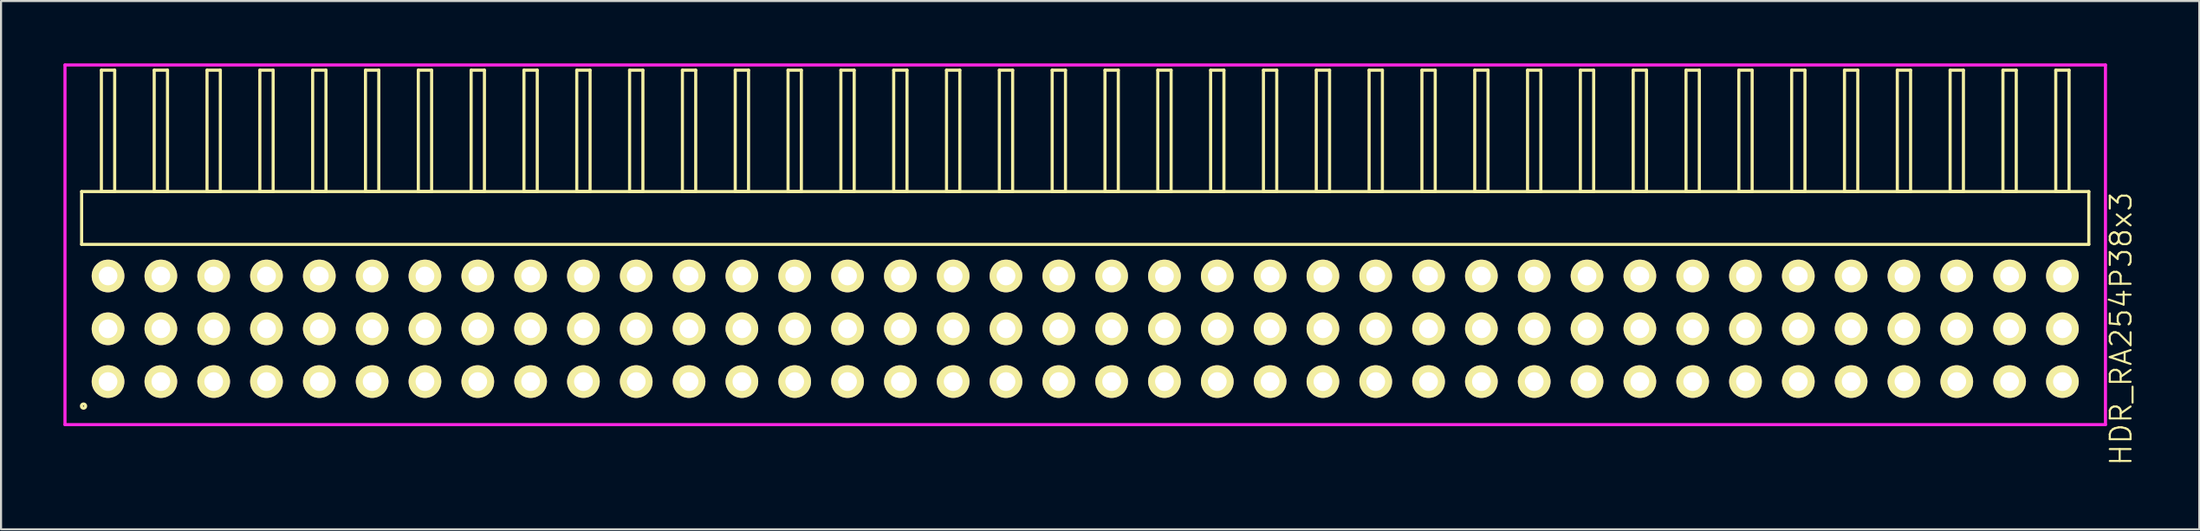
<source format=kicad_pcb>
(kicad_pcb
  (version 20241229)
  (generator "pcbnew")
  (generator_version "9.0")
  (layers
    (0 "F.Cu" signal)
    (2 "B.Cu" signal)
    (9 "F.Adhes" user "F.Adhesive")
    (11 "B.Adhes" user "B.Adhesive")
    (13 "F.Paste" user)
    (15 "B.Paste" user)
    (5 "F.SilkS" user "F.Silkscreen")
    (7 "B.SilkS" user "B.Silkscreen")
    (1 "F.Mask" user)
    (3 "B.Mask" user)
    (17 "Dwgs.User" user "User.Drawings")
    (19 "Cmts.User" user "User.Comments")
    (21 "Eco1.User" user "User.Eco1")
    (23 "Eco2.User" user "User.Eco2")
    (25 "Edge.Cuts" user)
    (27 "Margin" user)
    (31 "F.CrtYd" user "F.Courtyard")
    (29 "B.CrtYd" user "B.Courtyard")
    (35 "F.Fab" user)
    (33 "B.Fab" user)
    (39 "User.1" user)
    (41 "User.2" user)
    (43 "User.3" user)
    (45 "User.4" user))
  (footprint "HDR_RA254P38x3"
    (layer "F.Cu")
    (at 49.135 12.765)
    (property "Reference" "HDR_RA254P38x3" (at 49.81 0 90) (layer "F.SilkS") (effects (font (size 1 1) (thickness 0.1))))
    (attr through_hole)
    (fp_line (start -48.26 -6.6) (end -48.26 -4.06) (stroke (width 0.15) (type solid)) (layer "F.SilkS"))
    (fp_line (start -48.26 -4.06) (end 48.26 -4.06) (stroke (width 0.15) (type solid)) (layer "F.SilkS"))
    (fp_line (start -47.31 -12.44) (end -47.31 -6.6) (stroke (width 0.15) (type solid)) (layer "F.SilkS"))
    (fp_line (start -47.31 -6.6) (end -46.67 -6.6) (stroke (width 0.15) (type solid)) (layer "F.SilkS"))
    (fp_line (start -46.67 -12.44) (end -47.31 -12.44) (stroke (width 0.15) (type solid)) (layer "F.SilkS"))
    (fp_line (start -46.67 -6.6) (end -46.67 -12.44) (stroke (width 0.15) (type solid)) (layer "F.SilkS"))
    (fp_line (start -44.77 -12.44) (end -44.77 -6.6) (stroke (width 0.15) (type solid)) (layer "F.SilkS"))
    (fp_line (start -44.77 -6.6) (end -44.13 -6.6) (stroke (width 0.15) (type solid)) (layer "F.SilkS"))
    (fp_line (start -44.13 -12.44) (end -44.77 -12.44) (stroke (width 0.15) (type solid)) (layer "F.SilkS"))
    (fp_line (start -44.13 -6.6) (end -44.13 -12.44) (stroke (width 0.15) (type solid)) (layer "F.SilkS"))
    (fp_line (start -42.23 -12.44) (end -42.23 -6.6) (stroke (width 0.15) (type solid)) (layer "F.SilkS"))
    (fp_line (start -42.23 -6.6) (end -41.59 -6.6) (stroke (width 0.15) (type solid)) (layer "F.SilkS"))
    (fp_line (start -41.59 -12.44) (end -42.23 -12.44) (stroke (width 0.15) (type solid)) (layer "F.SilkS"))
    (fp_line (start -41.59 -6.6) (end -41.59 -12.44) (stroke (width 0.15) (type solid)) (layer "F.SilkS"))
    (fp_line (start -39.69 -12.44) (end -39.69 -6.6) (stroke (width 0.15) (type solid)) (layer "F.SilkS"))
    (fp_line (start -39.69 -6.6) (end -39.05 -6.6) (stroke (width 0.15) (type solid)) (layer "F.SilkS"))
    (fp_line (start -39.05 -12.44) (end -39.69 -12.44) (stroke (width 0.15) (type solid)) (layer "F.SilkS"))
    (fp_line (start -39.05 -6.6) (end -39.05 -12.44) (stroke (width 0.15) (type solid)) (layer "F.SilkS"))
    (fp_line (start -37.15 -12.44) (end -37.15 -6.6) (stroke (width 0.15) (type solid)) (layer "F.SilkS"))
    (fp_line (start -37.15 -6.6) (end -36.51 -6.6) (stroke (width 0.15) (type solid)) (layer "F.SilkS"))
    (fp_line (start -36.51 -12.44) (end -37.15 -12.44) (stroke (width 0.15) (type solid)) (layer "F.SilkS"))
    (fp_line (start -36.51 -6.6) (end -36.51 -12.44) (stroke (width 0.15) (type solid)) (layer "F.SilkS"))
    (fp_line (start -34.61 -12.44) (end -34.61 -6.6) (stroke (width 0.15) (type solid)) (layer "F.SilkS"))
    (fp_line (start -34.61 -6.6) (end -33.97 -6.6) (stroke (width 0.15) (type solid)) (layer "F.SilkS"))
    (fp_line (start -33.97 -12.44) (end -34.61 -12.44) (stroke (width 0.15) (type solid)) (layer "F.SilkS"))
    (fp_line (start -33.97 -6.6) (end -33.97 -12.44) (stroke (width 0.15) (type solid)) (layer "F.SilkS"))
    (fp_line (start -32.07 -12.44) (end -32.07 -6.6) (stroke (width 0.15) (type solid)) (layer "F.SilkS"))
    (fp_line (start -32.07 -6.6) (end -31.43 -6.6) (stroke (width 0.15) (type solid)) (layer "F.SilkS"))
    (fp_line (start -31.43 -12.44) (end -32.07 -12.44) (stroke (width 0.15) (type solid)) (layer "F.SilkS"))
    (fp_line (start -31.43 -6.6) (end -31.43 -12.44) (stroke (width 0.15) (type solid)) (layer "F.SilkS"))
    (fp_line (start -29.53 -12.44) (end -29.53 -6.6) (stroke (width 0.15) (type solid)) (layer "F.SilkS"))
    (fp_line (start -29.53 -6.6) (end -28.89 -6.6) (stroke (width 0.15) (type solid)) (layer "F.SilkS"))
    (fp_line (start -28.89 -12.44) (end -29.53 -12.44) (stroke (width 0.15) (type solid)) (layer "F.SilkS"))
    (fp_line (start -28.89 -6.6) (end -28.89 -12.44) (stroke (width 0.15) (type solid)) (layer "F.SilkS"))
    (fp_line (start -26.99 -12.44) (end -26.99 -6.6) (stroke (width 0.15) (type solid)) (layer "F.SilkS"))
    (fp_line (start -26.99 -6.6) (end -26.35 -6.6) (stroke (width 0.15) (type solid)) (layer "F.SilkS"))
    (fp_line (start -26.35 -12.44) (end -26.99 -12.44) (stroke (width 0.15) (type solid)) (layer "F.SilkS"))
    (fp_line (start -26.35 -6.6) (end -26.35 -12.44) (stroke (width 0.15) (type solid)) (layer "F.SilkS"))
    (fp_line (start -24.45 -12.44) (end -24.45 -6.6) (stroke (width 0.15) (type solid)) (layer "F.SilkS"))
    (fp_line (start -24.45 -6.6) (end -23.81 -6.6) (stroke (width 0.15) (type solid)) (layer "F.SilkS"))
    (fp_line (start -23.81 -12.44) (end -24.45 -12.44) (stroke (width 0.15) (type solid)) (layer "F.SilkS"))
    (fp_line (start -23.81 -6.6) (end -23.81 -12.44) (stroke (width 0.15) (type solid)) (layer "F.SilkS"))
    (fp_line (start -21.91 -12.44) (end -21.91 -6.6) (stroke (width 0.15) (type solid)) (layer "F.SilkS"))
    (fp_line (start -21.91 -6.6) (end -21.27 -6.6) (stroke (width 0.15) (type solid)) (layer "F.SilkS"))
    (fp_line (start -21.27 -12.44) (end -21.91 -12.44) (stroke (width 0.15) (type solid)) (layer "F.SilkS"))
    (fp_line (start -21.27 -6.6) (end -21.27 -12.44) (stroke (width 0.15) (type solid)) (layer "F.SilkS"))
    (fp_line (start -19.37 -12.44) (end -19.37 -6.6) (stroke (width 0.15) (type solid)) (layer "F.SilkS"))
    (fp_line (start -19.37 -6.6) (end -18.73 -6.6) (stroke (width 0.15) (type solid)) (layer "F.SilkS"))
    (fp_line (start -18.73 -12.44) (end -19.37 -12.44) (stroke (width 0.15) (type solid)) (layer "F.SilkS"))
    (fp_line (start -18.73 -6.6) (end -18.73 -12.44) (stroke (width 0.15) (type solid)) (layer "F.SilkS"))
    (fp_line (start -16.83 -12.44) (end -16.83 -6.6) (stroke (width 0.15) (type solid)) (layer "F.SilkS"))
    (fp_line (start -16.83 -6.6) (end -16.19 -6.6) (stroke (width 0.15) (type solid)) (layer "F.SilkS"))
    (fp_line (start -16.19 -12.44) (end -16.83 -12.44) (stroke (width 0.15) (type solid)) (layer "F.SilkS"))
    (fp_line (start -16.19 -6.6) (end -16.19 -12.44) (stroke (width 0.15) (type solid)) (layer "F.SilkS"))
    (fp_line (start -14.29 -12.44) (end -14.29 -6.6) (stroke (width 0.15) (type solid)) (layer "F.SilkS"))
    (fp_line (start -14.29 -6.6) (end -13.65 -6.6) (stroke (width 0.15) (type solid)) (layer "F.SilkS"))
    (fp_line (start -13.65 -12.44) (end -14.29 -12.44) (stroke (width 0.15) (type solid)) (layer "F.SilkS"))
    (fp_line (start -13.65 -6.6) (end -13.65 -12.44) (stroke (width 0.15) (type solid)) (layer "F.SilkS"))
    (fp_line (start -11.75 -12.44) (end -11.75 -6.6) (stroke (width 0.15) (type solid)) (layer "F.SilkS"))
    (fp_line (start -11.75 -6.6) (end -11.11 -6.6) (stroke (width 0.15) (type solid)) (layer "F.SilkS"))
    (fp_line (start -11.11 -12.44) (end -11.75 -12.44) (stroke (width 0.15) (type solid)) (layer "F.SilkS"))
    (fp_line (start -11.11 -6.6) (end -11.11 -12.44) (stroke (width 0.15) (type solid)) (layer "F.SilkS"))
    (fp_line (start -9.21 -12.44) (end -9.21 -6.6) (stroke (width 0.15) (type solid)) (layer "F.SilkS"))
    (fp_line (start -9.21 -6.6) (end -8.57 -6.6) (stroke (width 0.15) (type solid)) (layer "F.SilkS"))
    (fp_line (start -8.57 -12.44) (end -9.21 -12.44) (stroke (width 0.15) (type solid)) (layer "F.SilkS"))
    (fp_line (start -8.57 -6.6) (end -8.57 -12.44) (stroke (width 0.15) (type solid)) (layer "F.SilkS"))
    (fp_line (start -6.67 -12.44) (end -6.67 -6.6) (stroke (width 0.15) (type solid)) (layer "F.SilkS"))
    (fp_line (start -6.67 -6.6) (end -6.03 -6.6) (stroke (width 0.15) (type solid)) (layer "F.SilkS"))
    (fp_line (start -6.03 -12.44) (end -6.67 -12.44) (stroke (width 0.15) (type solid)) (layer "F.SilkS"))
    (fp_line (start -6.03 -6.6) (end -6.03 -12.44) (stroke (width 0.15) (type solid)) (layer "F.SilkS"))
    (fp_line (start -4.13 -12.44) (end -4.13 -6.6) (stroke (width 0.15) (type solid)) (layer "F.SilkS"))
    (fp_line (start -4.13 -6.6) (end -3.49 -6.6) (stroke (width 0.15) (type solid)) (layer "F.SilkS"))
    (fp_line (start -3.49 -12.44) (end -4.13 -12.44) (stroke (width 0.15) (type solid)) (layer "F.SilkS"))
    (fp_line (start -3.49 -6.6) (end -3.49 -12.44) (stroke (width 0.15) (type solid)) (layer "F.SilkS"))
    (fp_line (start -1.59 -12.44) (end -1.59 -6.6) (stroke (width 0.15) (type solid)) (layer "F.SilkS"))
    (fp_line (start -1.59 -6.6) (end -0.95 -6.6) (stroke (width 0.15) (type solid)) (layer "F.SilkS"))
    (fp_line (start -0.95 -12.44) (end -1.59 -12.44) (stroke (width 0.15) (type solid)) (layer "F.SilkS"))
    (fp_line (start -0.95 -6.6) (end -0.95 -12.44) (stroke (width 0.15) (type solid)) (layer "F.SilkS"))
    (fp_line (start 0.95 -12.44) (end 0.95 -6.6) (stroke (width 0.15) (type solid)) (layer "F.SilkS"))
    (fp_line (start 0.95 -6.6) (end 1.59 -6.6) (stroke (width 0.15) (type solid)) (layer "F.SilkS"))
    (fp_line (start 1.59 -12.44) (end 0.95 -12.44) (stroke (width 0.15) (type solid)) (layer "F.SilkS"))
    (fp_line (start 1.59 -6.6) (end 1.59 -12.44) (stroke (width 0.15) (type solid)) (layer "F.SilkS"))
    (fp_line (start 3.49 -12.44) (end 3.49 -6.6) (stroke (width 0.15) (type solid)) (layer "F.SilkS"))
    (fp_line (start 3.49 -6.6) (end 4.13 -6.6) (stroke (width 0.15) (type solid)) (layer "F.SilkS"))
    (fp_line (start 4.13 -12.44) (end 3.49 -12.44) (stroke (width 0.15) (type solid)) (layer "F.SilkS"))
    (fp_line (start 4.13 -6.6) (end 4.13 -12.44) (stroke (width 0.15) (type solid)) (layer "F.SilkS"))
    (fp_line (start 6.03 -12.44) (end 6.03 -6.6) (stroke (width 0.15) (type solid)) (layer "F.SilkS"))
    (fp_line (start 6.03 -6.6) (end 6.67 -6.6) (stroke (width 0.15) (type solid)) (layer "F.SilkS"))
    (fp_line (start 6.67 -12.44) (end 6.03 -12.44) (stroke (width 0.15) (type solid)) (layer "F.SilkS"))
    (fp_line (start 6.67 -6.6) (end 6.67 -12.44) (stroke (width 0.15) (type solid)) (layer "F.SilkS"))
    (fp_line (start 8.57 -12.44) (end 8.57 -6.6) (stroke (width 0.15) (type solid)) (layer "F.SilkS"))
    (fp_line (start 8.57 -6.6) (end 9.21 -6.6) (stroke (width 0.15) (type solid)) (layer "F.SilkS"))
    (fp_line (start 9.21 -12.44) (end 8.57 -12.44) (stroke (width 0.15) (type solid)) (layer "F.SilkS"))
    (fp_line (start 9.21 -6.6) (end 9.21 -12.44) (stroke (width 0.15) (type solid)) (layer "F.SilkS"))
    (fp_line (start 11.11 -12.44) (end 11.11 -6.6) (stroke (width 0.15) (type solid)) (layer "F.SilkS"))
    (fp_line (start 11.11 -6.6) (end 11.75 -6.6) (stroke (width 0.15) (type solid)) (layer "F.SilkS"))
    (fp_line (start 11.75 -12.44) (end 11.11 -12.44) (stroke (width 0.15) (type solid)) (layer "F.SilkS"))
    (fp_line (start 11.75 -6.6) (end 11.75 -12.44) (stroke (width 0.15) (type solid)) (layer "F.SilkS"))
    (fp_line (start 13.65 -12.44) (end 13.65 -6.6) (stroke (width 0.15) (type solid)) (layer "F.SilkS"))
    (fp_line (start 13.65 -6.6) (end 14.29 -6.6) (stroke (width 0.15) (type solid)) (layer "F.SilkS"))
    (fp_line (start 14.29 -12.44) (end 13.65 -12.44) (stroke (width 0.15) (type solid)) (layer "F.SilkS"))
    (fp_line (start 14.29 -6.6) (end 14.29 -12.44) (stroke (width 0.15) (type solid)) (layer "F.SilkS"))
    (fp_line (start 16.19 -12.44) (end 16.19 -6.6) (stroke (width 0.15) (type solid)) (layer "F.SilkS"))
    (fp_line (start 16.19 -6.6) (end 16.83 -6.6) (stroke (width 0.15) (type solid)) (layer "F.SilkS"))
    (fp_line (start 16.83 -12.44) (end 16.19 -12.44) (stroke (width 0.15) (type solid)) (layer "F.SilkS"))
    (fp_line (start 16.83 -6.6) (end 16.83 -12.44) (stroke (width 0.15) (type solid)) (layer "F.SilkS"))
    (fp_line (start 18.73 -12.44) (end 18.73 -6.6) (stroke (width 0.15) (type solid)) (layer "F.SilkS"))
    (fp_line (start 18.73 -6.6) (end 19.37 -6.6) (stroke (width 0.15) (type solid)) (layer "F.SilkS"))
    (fp_line (start 19.37 -12.44) (end 18.73 -12.44) (stroke (width 0.15) (type solid)) (layer "F.SilkS"))
    (fp_line (start 19.37 -6.6) (end 19.37 -12.44) (stroke (width 0.15) (type solid)) (layer "F.SilkS"))
    (fp_line (start 21.27 -12.44) (end 21.27 -6.6) (stroke (width 0.15) (type solid)) (layer "F.SilkS"))
    (fp_line (start 21.27 -6.6) (end 21.91 -6.6) (stroke (width 0.15) (type solid)) (layer "F.SilkS"))
    (fp_line (start 21.91 -12.44) (end 21.27 -12.44) (stroke (width 0.15) (type solid)) (layer "F.SilkS"))
    (fp_line (start 21.91 -6.6) (end 21.91 -12.44) (stroke (width 0.15) (type solid)) (layer "F.SilkS"))
    (fp_line (start 23.81 -12.44) (end 23.81 -6.6) (stroke (width 0.15) (type solid)) (layer "F.SilkS"))
    (fp_line (start 23.81 -6.6) (end 24.45 -6.6) (stroke (width 0.15) (type solid)) (layer "F.SilkS"))
    (fp_line (start 24.45 -12.44) (end 23.81 -12.44) (stroke (width 0.15) (type solid)) (layer "F.SilkS"))
    (fp_line (start 24.45 -6.6) (end 24.45 -12.44) (stroke (width 0.15) (type solid)) (layer "F.SilkS"))
    (fp_line (start 26.35 -12.44) (end 26.35 -6.6) (stroke (width 0.15) (type solid)) (layer "F.SilkS"))
    (fp_line (start 26.35 -6.6) (end 26.99 -6.6) (stroke (width 0.15) (type solid)) (layer "F.SilkS"))
    (fp_line (start 26.99 -12.44) (end 26.35 -12.44) (stroke (width 0.15) (type solid)) (layer "F.SilkS"))
    (fp_line (start 26.99 -6.6) (end 26.99 -12.44) (stroke (width 0.15) (type solid)) (layer "F.SilkS"))
    (fp_line (start 28.89 -12.44) (end 28.89 -6.6) (stroke (width 0.15) (type solid)) (layer "F.SilkS"))
    (fp_line (start 28.89 -6.6) (end 29.53 -6.6) (stroke (width 0.15) (type solid)) (layer "F.SilkS"))
    (fp_line (start 29.53 -12.44) (end 28.89 -12.44) (stroke (width 0.15) (type solid)) (layer "F.SilkS"))
    (fp_line (start 29.53 -6.6) (end 29.53 -12.44) (stroke (width 0.15) (type solid)) (layer "F.SilkS"))
    (fp_line (start 31.43 -12.44) (end 31.43 -6.6) (stroke (width 0.15) (type solid)) (layer "F.SilkS"))
    (fp_line (start 31.43 -6.6) (end 32.07 -6.6) (stroke (width 0.15) (type solid)) (layer "F.SilkS"))
    (fp_line (start 32.07 -12.44) (end 31.43 -12.44) (stroke (width 0.15) (type solid)) (layer "F.SilkS"))
    (fp_line (start 32.07 -6.6) (end 32.07 -12.44) (stroke (width 0.15) (type solid)) (layer "F.SilkS"))
    (fp_line (start 33.97 -12.44) (end 33.97 -6.6) (stroke (width 0.15) (type solid)) (layer "F.SilkS"))
    (fp_line (start 33.97 -6.6) (end 34.61 -6.6) (stroke (width 0.15) (type solid)) (layer "F.SilkS"))
    (fp_line (start 34.61 -12.44) (end 33.97 -12.44) (stroke (width 0.15) (type solid)) (layer "F.SilkS"))
    (fp_line (start 34.61 -6.6) (end 34.61 -12.44) (stroke (width 0.15) (type solid)) (layer "F.SilkS"))
    (fp_line (start 36.51 -12.44) (end 36.51 -6.6) (stroke (width 0.15) (type solid)) (layer "F.SilkS"))
    (fp_line (start 36.51 -6.6) (end 37.15 -6.6) (stroke (width 0.15) (type solid)) (layer "F.SilkS"))
    (fp_line (start 37.15 -12.44) (end 36.51 -12.44) (stroke (width 0.15) (type solid)) (layer "F.SilkS"))
    (fp_line (start 37.15 -6.6) (end 37.15 -12.44) (stroke (width 0.15) (type solid)) (layer "F.SilkS"))
    (fp_line (start 39.05 -12.44) (end 39.05 -6.6) (stroke (width 0.15) (type solid)) (layer "F.SilkS"))
    (fp_line (start 39.05 -6.6) (end 39.69 -6.6) (stroke (width 0.15) (type solid)) (layer "F.SilkS"))
    (fp_line (start 39.69 -12.44) (end 39.05 -12.44) (stroke (width 0.15) (type solid)) (layer "F.SilkS"))
    (fp_line (start 39.69 -6.6) (end 39.69 -12.44) (stroke (width 0.15) (type solid)) (layer "F.SilkS"))
    (fp_line (start 41.59 -12.44) (end 41.59 -6.6) (stroke (width 0.15) (type solid)) (layer "F.SilkS"))
    (fp_line (start 41.59 -6.6) (end 42.23 -6.6) (stroke (width 0.15) (type solid)) (layer "F.SilkS"))
    (fp_line (start 42.23 -12.44) (end 41.59 -12.44) (stroke (width 0.15) (type solid)) (layer "F.SilkS"))
    (fp_line (start 42.23 -6.6) (end 42.23 -12.44) (stroke (width 0.15) (type solid)) (layer "F.SilkS"))
    (fp_line (start 44.13 -12.44) (end 44.13 -6.6) (stroke (width 0.15) (type solid)) (layer "F.SilkS"))
    (fp_line (start 44.13 -6.6) (end 44.77 -6.6) (stroke (width 0.15) (type solid)) (layer "F.SilkS"))
    (fp_line (start 44.77 -12.44) (end 44.13 -12.44) (stroke (width 0.15) (type solid)) (layer "F.SilkS"))
    (fp_line (start 44.77 -6.6) (end 44.77 -12.44) (stroke (width 0.15) (type solid)) (layer "F.SilkS"))
    (fp_line (start 46.67 -12.44) (end 46.67 -6.6) (stroke (width 0.15) (type solid)) (layer "F.SilkS"))
    (fp_line (start 46.67 -6.6) (end 47.31 -6.6) (stroke (width 0.15) (type solid)) (layer "F.SilkS"))
    (fp_line (start 47.31 -12.44) (end 46.67 -12.44) (stroke (width 0.15) (type solid)) (layer "F.SilkS"))
    (fp_line (start 47.31 -6.6) (end 47.31 -12.44) (stroke (width 0.15) (type solid)) (layer "F.SilkS"))
    (fp_line (start 48.26 -6.6) (end -48.26 -6.6) (stroke (width 0.15) (type solid)) (layer "F.SilkS"))
    (fp_line (start 48.26 -4.06) (end 48.26 -6.6) (stroke (width 0.15) (type solid)) (layer "F.SilkS"))
    (fp_circle (center -48.168 3.718) (end -48.067 3.718) (stroke (width 0.15) (type solid)) (fill no) (layer "F.SilkS"))
    (fp_line (start -49.06 -12.69) (end -49.06 4.61) (stroke (width 0.15) (type solid)) (layer "F.CrtYd"))
    (fp_line (start -49.06 4.61) (end 49.06 4.61) (stroke (width 0.15) (type solid)) (layer "F.CrtYd"))
    (fp_line (start 49.06 -12.69) (end -49.06 -12.69) (stroke (width 0.15) (type solid)) (layer "F.CrtYd"))
    (fp_line (start 49.06 4.61) (end 49.06 -12.69) (stroke (width 0.15) (type solid)) (layer "F.CrtYd"))
    (pad "1" thru_hole oval (at -46.99 2.54) (size 1.57 1.57) (drill 0.9) (layers "*.Cu" "*.Mask" "F.SilkS"))
    (pad "2" thru_hole oval (at -46.99 0) (size 1.57 1.57) (drill 0.9) (layers "*.Cu" "*.Mask" "F.SilkS"))
    (pad "3" thru_hole oval (at -46.99 -2.54) (size 1.57 1.57) (drill 0.9) (layers "*.Cu" "*.Mask" "F.SilkS"))
    (pad "4" thru_hole oval (at -44.45 2.54) (size 1.57 1.57) (drill 0.9) (layers "*.Cu" "*.Mask" "F.SilkS"))
    (pad "5" thru_hole oval (at -44.45 0) (size 1.57 1.57) (drill 0.9) (layers "*.Cu" "*.Mask" "F.SilkS"))
    (pad "6" thru_hole oval (at -44.45 -2.54) (size 1.57 1.57) (drill 0.9) (layers "*.Cu" "*.Mask" "F.SilkS"))
    (pad "7" thru_hole oval (at -41.91 2.54) (size 1.57 1.57) (drill 0.9) (layers "*.Cu" "*.Mask" "F.SilkS"))
    (pad "8" thru_hole oval (at -41.91 0) (size 1.57 1.57) (drill 0.9) (layers "*.Cu" "*.Mask" "F.SilkS"))
    (pad "9" thru_hole oval (at -41.91 -2.54) (size 1.57 1.57) (drill 0.9) (layers "*.Cu" "*.Mask" "F.SilkS"))
    (pad "10" thru_hole oval (at -39.37 2.54) (size 1.57 1.57) (drill 0.9) (layers "*.Cu" "*.Mask" "F.SilkS"))
    (pad "11" thru_hole oval (at -39.37 0) (size 1.57 1.57) (drill 0.9) (layers "*.Cu" "*.Mask" "F.SilkS"))
    (pad "12" thru_hole oval (at -39.37 -2.54) (size 1.57 1.57) (drill 0.9) (layers "*.Cu" "*.Mask" "F.SilkS"))
    (pad "13" thru_hole oval (at -36.83 2.54) (size 1.57 1.57) (drill 0.9) (layers "*.Cu" "*.Mask" "F.SilkS"))
    (pad "14" thru_hole oval (at -36.83 0) (size 1.57 1.57) (drill 0.9) (layers "*.Cu" "*.Mask" "F.SilkS"))
    (pad "15" thru_hole oval (at -36.83 -2.54) (size 1.57 1.57) (drill 0.9) (layers "*.Cu" "*.Mask" "F.SilkS"))
    (pad "16" thru_hole oval (at -34.29 2.54) (size 1.57 1.57) (drill 0.9) (layers "*.Cu" "*.Mask" "F.SilkS"))
    (pad "17" thru_hole oval (at -34.29 0) (size 1.57 1.57) (drill 0.9) (layers "*.Cu" "*.Mask" "F.SilkS"))
    (pad "18" thru_hole oval (at -34.29 -2.54) (size 1.57 1.57) (drill 0.9) (layers "*.Cu" "*.Mask" "F.SilkS"))
    (pad "19" thru_hole oval (at -31.75 2.54) (size 1.57 1.57) (drill 0.9) (layers "*.Cu" "*.Mask" "F.SilkS"))
    (pad "20" thru_hole oval (at -31.75 0) (size 1.57 1.57) (drill 0.9) (layers "*.Cu" "*.Mask" "F.SilkS"))
    (pad "21" thru_hole oval (at -31.75 -2.54) (size 1.57 1.57) (drill 0.9) (layers "*.Cu" "*.Mask" "F.SilkS"))
    (pad "22" thru_hole oval (at -29.21 2.54) (size 1.57 1.57) (drill 0.9) (layers "*.Cu" "*.Mask" "F.SilkS"))
    (pad "23" thru_hole oval (at -29.21 0) (size 1.57 1.57) (drill 0.9) (layers "*.Cu" "*.Mask" "F.SilkS"))
    (pad "24" thru_hole oval (at -29.21 -2.54) (size 1.57 1.57) (drill 0.9) (layers "*.Cu" "*.Mask" "F.SilkS"))
    (pad "25" thru_hole oval (at -26.67 2.54) (size 1.57 1.57) (drill 0.9) (layers "*.Cu" "*.Mask" "F.SilkS"))
    (pad "26" thru_hole oval (at -26.67 0) (size 1.57 1.57) (drill 0.9) (layers "*.Cu" "*.Mask" "F.SilkS"))
    (pad "27" thru_hole oval (at -26.67 -2.54) (size 1.57 1.57) (drill 0.9) (layers "*.Cu" "*.Mask" "F.SilkS"))
    (pad "28" thru_hole oval (at -24.13 2.54) (size 1.57 1.57) (drill 0.9) (layers "*.Cu" "*.Mask" "F.SilkS"))
    (pad "29" thru_hole oval (at -24.13 0) (size 1.57 1.57) (drill 0.9) (layers "*.Cu" "*.Mask" "F.SilkS"))
    (pad "30" thru_hole oval (at -24.13 -2.54) (size 1.57 1.57) (drill 0.9) (layers "*.Cu" "*.Mask" "F.SilkS"))
    (pad "31" thru_hole oval (at -21.59 2.54) (size 1.57 1.57) (drill 0.9) (layers "*.Cu" "*.Mask" "F.SilkS"))
    (pad "32" thru_hole oval (at -21.59 0) (size 1.57 1.57) (drill 0.9) (layers "*.Cu" "*.Mask" "F.SilkS"))
    (pad "33" thru_hole oval (at -21.59 -2.54) (size 1.57 1.57) (drill 0.9) (layers "*.Cu" "*.Mask" "F.SilkS"))
    (pad "34" thru_hole oval (at -19.05 2.54) (size 1.57 1.57) (drill 0.9) (layers "*.Cu" "*.Mask" "F.SilkS"))
    (pad "35" thru_hole oval (at -19.05 0) (size 1.57 1.57) (drill 0.9) (layers "*.Cu" "*.Mask" "F.SilkS"))
    (pad "36" thru_hole oval (at -19.05 -2.54) (size 1.57 1.57) (drill 0.9) (layers "*.Cu" "*.Mask" "F.SilkS"))
    (pad "37" thru_hole oval (at -16.51 2.54) (size 1.57 1.57) (drill 0.9) (layers "*.Cu" "*.Mask" "F.SilkS"))
    (pad "38" thru_hole oval (at -16.51 0) (size 1.57 1.57) (drill 0.9) (layers "*.Cu" "*.Mask" "F.SilkS"))
    (pad "39" thru_hole oval (at -16.51 -2.54) (size 1.57 1.57) (drill 0.9) (layers "*.Cu" "*.Mask" "F.SilkS"))
    (pad "40" thru_hole oval (at -13.97 2.54) (size 1.57 1.57) (drill 0.9) (layers "*.Cu" "*.Mask" "F.SilkS"))
    (pad "41" thru_hole oval (at -13.97 0) (size 1.57 1.57) (drill 0.9) (layers "*.Cu" "*.Mask" "F.SilkS"))
    (pad "42" thru_hole oval (at -13.97 -2.54) (size 1.57 1.57) (drill 0.9) (layers "*.Cu" "*.Mask" "F.SilkS"))
    (pad "43" thru_hole oval (at -11.43 2.54) (size 1.57 1.57) (drill 0.9) (layers "*.Cu" "*.Mask" "F.SilkS"))
    (pad "44" thru_hole oval (at -11.43 0) (size 1.57 1.57) (drill 0.9) (layers "*.Cu" "*.Mask" "F.SilkS"))
    (pad "45" thru_hole oval (at -11.43 -2.54) (size 1.57 1.57) (drill 0.9) (layers "*.Cu" "*.Mask" "F.SilkS"))
    (pad "46" thru_hole oval (at -8.89 2.54) (size 1.57 1.57) (drill 0.9) (layers "*.Cu" "*.Mask" "F.SilkS"))
    (pad "47" thru_hole oval (at -8.89 0) (size 1.57 1.57) (drill 0.9) (layers "*.Cu" "*.Mask" "F.SilkS"))
    (pad "48" thru_hole oval (at -8.89 -2.54) (size 1.57 1.57) (drill 0.9) (layers "*.Cu" "*.Mask" "F.SilkS"))
    (pad "49" thru_hole oval (at -6.35 2.54) (size 1.57 1.57) (drill 0.9) (layers "*.Cu" "*.Mask" "F.SilkS"))
    (pad "50" thru_hole oval (at -6.35 0) (size 1.57 1.57) (drill 0.9) (layers "*.Cu" "*.Mask" "F.SilkS"))
    (pad "51" thru_hole oval (at -6.35 -2.54) (size 1.57 1.57) (drill 0.9) (layers "*.Cu" "*.Mask" "F.SilkS"))
    (pad "52" thru_hole oval (at -3.81 2.54) (size 1.57 1.57) (drill 0.9) (layers "*.Cu" "*.Mask" "F.SilkS"))
    (pad "53" thru_hole oval (at -3.81 0) (size 1.57 1.57) (drill 0.9) (layers "*.Cu" "*.Mask" "F.SilkS"))
    (pad "54" thru_hole oval (at -3.81 -2.54) (size 1.57 1.57) (drill 0.9) (layers "*.Cu" "*.Mask" "F.SilkS"))
    (pad "55" thru_hole oval (at -1.27 2.54) (size 1.57 1.57) (drill 0.9) (layers "*.Cu" "*.Mask" "F.SilkS"))
    (pad "56" thru_hole oval (at -1.27 0) (size 1.57 1.57) (drill 0.9) (layers "*.Cu" "*.Mask" "F.SilkS"))
    (pad "57" thru_hole oval (at -1.27 -2.54) (size 1.57 1.57) (drill 0.9) (layers "*.Cu" "*.Mask" "F.SilkS"))
    (pad "58" thru_hole oval (at 1.27 2.54) (size 1.57 1.57) (drill 0.9) (layers "*.Cu" "*.Mask" "F.SilkS"))
    (pad "59" thru_hole oval (at 1.27 0) (size 1.57 1.57) (drill 0.9) (layers "*.Cu" "*.Mask" "F.SilkS"))
    (pad "60" thru_hole oval (at 1.27 -2.54) (size 1.57 1.57) (drill 0.9) (layers "*.Cu" "*.Mask" "F.SilkS"))
    (pad "61" thru_hole oval (at 3.81 2.54) (size 1.57 1.57) (drill 0.9) (layers "*.Cu" "*.Mask" "F.SilkS"))
    (pad "62" thru_hole oval (at 3.81 0) (size 1.57 1.57) (drill 0.9) (layers "*.Cu" "*.Mask" "F.SilkS"))
    (pad "63" thru_hole oval (at 3.81 -2.54) (size 1.57 1.57) (drill 0.9) (layers "*.Cu" "*.Mask" "F.SilkS"))
    (pad "64" thru_hole oval (at 6.35 2.54) (size 1.57 1.57) (drill 0.9) (layers "*.Cu" "*.Mask" "F.SilkS"))
    (pad "65" thru_hole oval (at 6.35 0) (size 1.57 1.57) (drill 0.9) (layers "*.Cu" "*.Mask" "F.SilkS"))
    (pad "66" thru_hole oval (at 6.35 -2.54) (size 1.57 1.57) (drill 0.9) (layers "*.Cu" "*.Mask" "F.SilkS"))
    (pad "67" thru_hole oval (at 8.89 2.54) (size 1.57 1.57) (drill 0.9) (layers "*.Cu" "*.Mask" "F.SilkS"))
    (pad "68" thru_hole oval (at 8.89 0) (size 1.57 1.57) (drill 0.9) (layers "*.Cu" "*.Mask" "F.SilkS"))
    (pad "69" thru_hole oval (at 8.89 -2.54) (size 1.57 1.57) (drill 0.9) (layers "*.Cu" "*.Mask" "F.SilkS"))
    (pad "70" thru_hole oval (at 11.43 2.54) (size 1.57 1.57) (drill 0.9) (layers "*.Cu" "*.Mask" "F.SilkS"))
    (pad "71" thru_hole oval (at 11.43 0) (size 1.57 1.57) (drill 0.9) (layers "*.Cu" "*.Mask" "F.SilkS"))
    (pad "72" thru_hole oval (at 11.43 -2.54) (size 1.57 1.57) (drill 0.9) (layers "*.Cu" "*.Mask" "F.SilkS"))
    (pad "73" thru_hole oval (at 13.97 2.54) (size 1.57 1.57) (drill 0.9) (layers "*.Cu" "*.Mask" "F.SilkS"))
    (pad "74" thru_hole oval (at 13.97 0) (size 1.57 1.57) (drill 0.9) (layers "*.Cu" "*.Mask" "F.SilkS"))
    (pad "75" thru_hole oval (at 13.97 -2.54) (size 1.57 1.57) (drill 0.9) (layers "*.Cu" "*.Mask" "F.SilkS"))
    (pad "76" thru_hole oval (at 16.51 2.54) (size 1.57 1.57) (drill 0.9) (layers "*.Cu" "*.Mask" "F.SilkS"))
    (pad "77" thru_hole oval (at 16.51 0) (size 1.57 1.57) (drill 0.9) (layers "*.Cu" "*.Mask" "F.SilkS"))
    (pad "78" thru_hole oval (at 16.51 -2.54) (size 1.57 1.57) (drill 0.9) (layers "*.Cu" "*.Mask" "F.SilkS"))
    (pad "79" thru_hole oval (at 19.05 2.54) (size 1.57 1.57) (drill 0.9) (layers "*.Cu" "*.Mask" "F.SilkS"))
    (pad "80" thru_hole oval (at 19.05 0) (size 1.57 1.57) (drill 0.9) (layers "*.Cu" "*.Mask" "F.SilkS"))
    (pad "81" thru_hole oval (at 19.05 -2.54) (size 1.57 1.57) (drill 0.9) (layers "*.Cu" "*.Mask" "F.SilkS"))
    (pad "82" thru_hole oval (at 21.59 2.54) (size 1.57 1.57) (drill 0.9) (layers "*.Cu" "*.Mask" "F.SilkS"))
    (pad "83" thru_hole oval (at 21.59 0) (size 1.57 1.57) (drill 0.9) (layers "*.Cu" "*.Mask" "F.SilkS"))
    (pad "84" thru_hole oval (at 21.59 -2.54) (size 1.57 1.57) (drill 0.9) (layers "*.Cu" "*.Mask" "F.SilkS"))
    (pad "85" thru_hole oval (at 24.13 2.54) (size 1.57 1.57) (drill 0.9) (layers "*.Cu" "*.Mask" "F.SilkS"))
    (pad "86" thru_hole oval (at 24.13 0) (size 1.57 1.57) (drill 0.9) (layers "*.Cu" "*.Mask" "F.SilkS"))
    (pad "87" thru_hole oval (at 24.13 -2.54) (size 1.57 1.57) (drill 0.9) (layers "*.Cu" "*.Mask" "F.SilkS"))
    (pad "88" thru_hole oval (at 26.67 2.54) (size 1.57 1.57) (drill 0.9) (layers "*.Cu" "*.Mask" "F.SilkS"))
    (pad "89" thru_hole oval (at 26.67 0) (size 1.57 1.57) (drill 0.9) (layers "*.Cu" "*.Mask" "F.SilkS"))
    (pad "90" thru_hole oval (at 26.67 -2.54) (size 1.57 1.57) (drill 0.9) (layers "*.Cu" "*.Mask" "F.SilkS"))
    (pad "91" thru_hole oval (at 29.21 2.54) (size 1.57 1.57) (drill 0.9) (layers "*.Cu" "*.Mask" "F.SilkS"))
    (pad "92" thru_hole oval (at 29.21 0) (size 1.57 1.57) (drill 0.9) (layers "*.Cu" "*.Mask" "F.SilkS"))
    (pad "93" thru_hole oval (at 29.21 -2.54) (size 1.57 1.57) (drill 0.9) (layers "*.Cu" "*.Mask" "F.SilkS"))
    (pad "94" thru_hole oval (at 31.75 2.54) (size 1.57 1.57) (drill 0.9) (layers "*.Cu" "*.Mask" "F.SilkS"))
    (pad "95" thru_hole oval (at 31.75 0) (size 1.57 1.57) (drill 0.9) (layers "*.Cu" "*.Mask" "F.SilkS"))
    (pad "96" thru_hole oval (at 31.75 -2.54) (size 1.57 1.57) (drill 0.9) (layers "*.Cu" "*.Mask" "F.SilkS"))
    (pad "97" thru_hole oval (at 34.29 2.54) (size 1.57 1.57) (drill 0.9) (layers "*.Cu" "*.Mask" "F.SilkS"))
    (pad "98" thru_hole oval (at 34.29 0) (size 1.57 1.57) (drill 0.9) (layers "*.Cu" "*.Mask" "F.SilkS"))
    (pad "99" thru_hole oval (at 34.29 -2.54) (size 1.57 1.57) (drill 0.9) (layers "*.Cu" "*.Mask" "F.SilkS"))
    (pad "100" thru_hole oval (at 36.83 2.54) (size 1.57 1.57) (drill 0.9) (layers "*.Cu" "*.Mask" "F.SilkS"))
    (pad "101" thru_hole oval (at 36.83 0) (size 1.57 1.57) (drill 0.9) (layers "*.Cu" "*.Mask" "F.SilkS"))
    (pad "102" thru_hole oval (at 36.83 -2.54) (size 1.57 1.57) (drill 0.9) (layers "*.Cu" "*.Mask" "F.SilkS"))
    (pad "103" thru_hole oval (at 39.37 2.54) (size 1.57 1.57) (drill 0.9) (layers "*.Cu" "*.Mask" "F.SilkS"))
    (pad "104" thru_hole oval (at 39.37 0) (size 1.57 1.57) (drill 0.9) (layers "*.Cu" "*.Mask" "F.SilkS"))
    (pad "105" thru_hole oval (at 39.37 -2.54) (size 1.57 1.57) (drill 0.9) (layers "*.Cu" "*.Mask" "F.SilkS"))
    (pad "106" thru_hole oval (at 41.91 2.54) (size 1.57 1.57) (drill 0.9) (layers "*.Cu" "*.Mask" "F.SilkS"))
    (pad "107" thru_hole oval (at 41.91 0) (size 1.57 1.57) (drill 0.9) (layers "*.Cu" "*.Mask" "F.SilkS"))
    (pad "108" thru_hole oval (at 41.91 -2.54) (size 1.57 1.57) (drill 0.9) (layers "*.Cu" "*.Mask" "F.SilkS"))
    (pad "109" thru_hole oval (at 44.45 2.54) (size 1.57 1.57) (drill 0.9) (layers "*.Cu" "*.Mask" "F.SilkS"))
    (pad "110" thru_hole oval (at 44.45 0) (size 1.57 1.57) (drill 0.9) (layers "*.Cu" "*.Mask" "F.SilkS"))
    (pad "111" thru_hole oval (at 44.45 -2.54) (size 1.57 1.57) (drill 0.9) (layers "*.Cu" "*.Mask" "F.SilkS"))
    (pad "112" thru_hole oval (at 46.99 2.54) (size 1.57 1.57) (drill 0.9) (layers "*.Cu" "*.Mask" "F.SilkS"))
    (pad "113" thru_hole oval (at 46.99 0) (size 1.57 1.57) (drill 0.9) (layers "*.Cu" "*.Mask" "F.SilkS"))
    (pad "114" thru_hole oval (at 46.99 -2.54) (size 1.57 1.57) (drill 0.9) (layers "*.Cu" "*.Mask" "F.SilkS")))
  (gr_rect
    (start -3 -3)
    (end 102.706 22.41)
    (stroke (width 0.1) (type default))
    (fill no)
    (layer "Edge.Cuts")))
</source>
